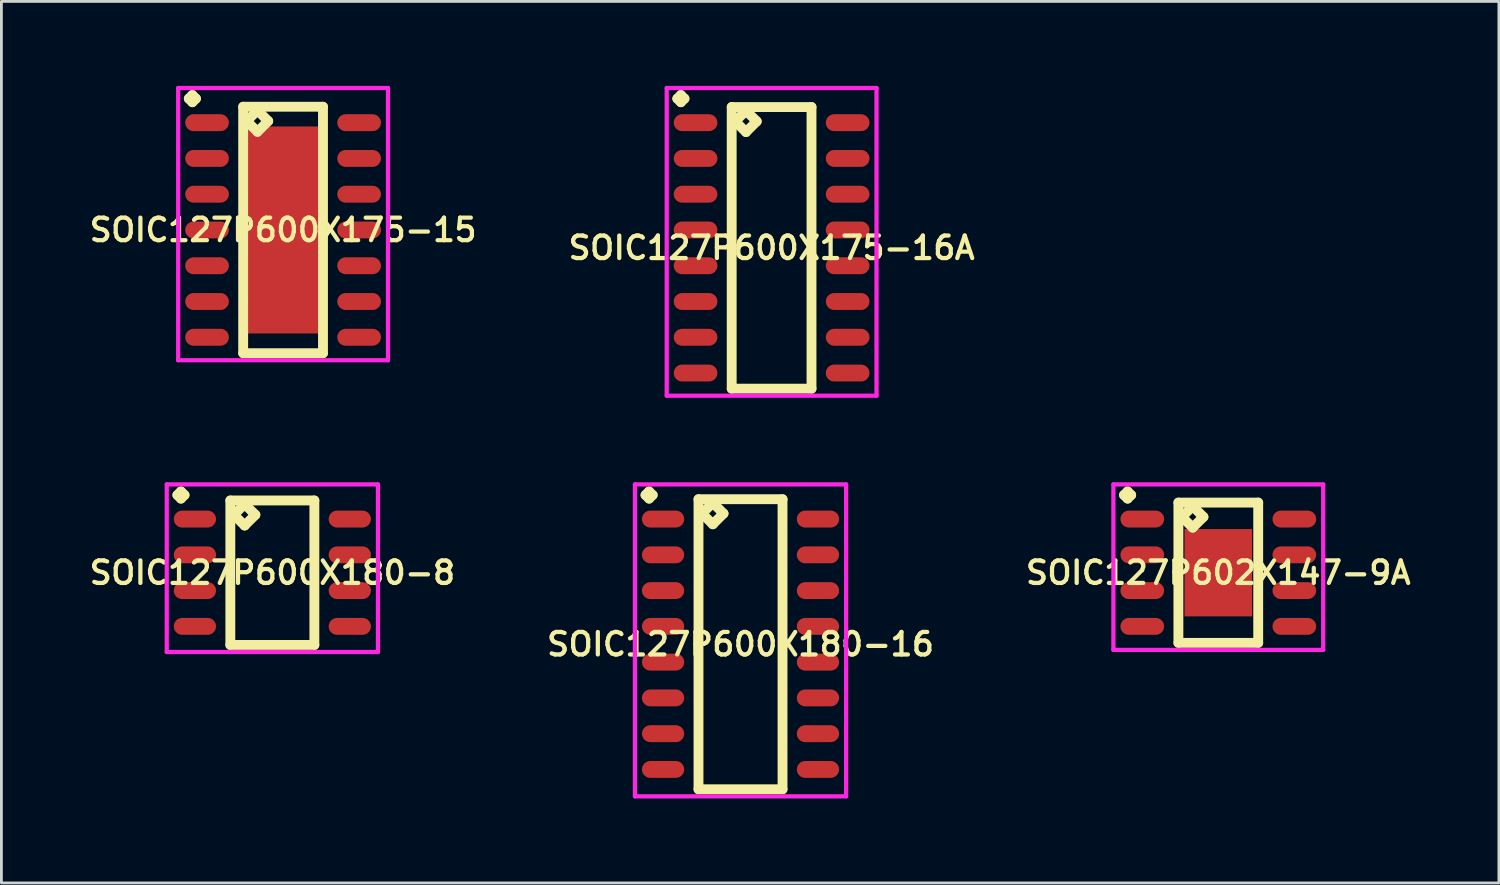
<source format=kicad_pcb>
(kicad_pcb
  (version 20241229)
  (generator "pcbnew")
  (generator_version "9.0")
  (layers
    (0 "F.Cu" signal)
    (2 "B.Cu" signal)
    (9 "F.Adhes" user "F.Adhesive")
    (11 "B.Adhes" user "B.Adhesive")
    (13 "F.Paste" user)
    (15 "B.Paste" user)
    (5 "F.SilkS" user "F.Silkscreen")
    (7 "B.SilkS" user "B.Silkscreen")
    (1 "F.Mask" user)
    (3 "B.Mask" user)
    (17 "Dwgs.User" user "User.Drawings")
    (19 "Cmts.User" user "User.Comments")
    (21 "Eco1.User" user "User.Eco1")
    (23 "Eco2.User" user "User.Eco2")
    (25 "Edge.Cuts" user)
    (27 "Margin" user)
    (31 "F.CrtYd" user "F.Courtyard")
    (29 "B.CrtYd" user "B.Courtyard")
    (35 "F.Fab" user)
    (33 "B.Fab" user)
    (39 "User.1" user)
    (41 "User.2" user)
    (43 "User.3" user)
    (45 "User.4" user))
  (footprint "SOIC127P600X180-16"
    (layer "F.Cu")
    (at 23.245 19.827)
    (property "Reference" "SOIC127P600X180-16" (at 0 0 0) (layer "F.SilkS") (effects (font (size 0.8 0.8) (thickness 0.15))))
    (attr smd)
    (fp_line (start -3.373 -5.299) (end -3.246 -5.426) (stroke (width 0.35) (type solid)) (layer "F.SilkS"))
    (fp_line (start -3.246 -5.426) (end -3.119 -5.299) (stroke (width 0.35) (type solid)) (layer "F.SilkS"))
    (fp_line (start -3.246 -5.172) (end -3.373 -5.299) (stroke (width 0.35) (type solid)) (layer "F.SilkS"))
    (fp_line (start -3.119 -5.299) (end -3.246 -5.172) (stroke (width 0.35) (type solid)) (layer "F.SilkS"))
    (fp_line (start -1.492 -5.15) (end -1.492 5.15) (stroke (width 0.35) (type solid)) (layer "F.SilkS"))
    (fp_line (start -1.492 5.15) (end 1.492 5.15) (stroke (width 0.35) (type solid)) (layer "F.SilkS"))
    (fp_line (start -1.365 -4.642) (end -0.984 -5.023) (stroke (width 0.35) (type solid)) (layer "F.SilkS"))
    (fp_line (start -0.984 -5.023) (end -0.603 -4.642) (stroke (width 0.35) (type solid)) (layer "F.SilkS"))
    (fp_line (start -0.984 -4.261) (end -1.365 -4.642) (stroke (width 0.35) (type solid)) (layer "F.SilkS"))
    (fp_line (start -0.603 -4.642) (end -0.984 -4.261) (stroke (width 0.35) (type solid)) (layer "F.SilkS"))
    (fp_line (start 1.492 -5.15) (end -1.492 -5.15) (stroke (width 0.35) (type solid)) (layer "F.SilkS"))
    (fp_line (start 1.492 5.15) (end 1.492 -5.15) (stroke (width 0.35) (type solid)) (layer "F.SilkS"))
    (fp_line (start -3.75 -5.676) (end 3.75 -5.676) (stroke (width 0.15) (type solid)) (layer "F.CrtYd"))
    (fp_line (start -3.75 5.4) (end -3.75 -5.676) (stroke (width 0.15) (type solid)) (layer "F.CrtYd"))
    (fp_line (start 3.75 -5.676) (end 3.75 5.4) (stroke (width 0.15) (type solid)) (layer "F.CrtYd"))
    (fp_line (start 3.75 5.4) (end -3.75 5.4) (stroke (width 0.15) (type solid)) (layer "F.CrtYd"))
    (pad "1" smd oval (at -2.75 -4.445) (size 1.5 0.6) (layers "F.Cu" "F.Mask" "F.Paste"))
    (pad "2" smd oval (at -2.75 -3.175) (size 1.5 0.6) (layers "F.Cu" "F.Mask" "F.Paste"))
    (pad "3" smd oval (at -2.75 -1.905) (size 1.5 0.6) (layers "F.Cu" "F.Mask" "F.Paste"))
    (pad "4" smd oval (at -2.75 -0.635) (size 1.5 0.6) (layers "F.Cu" "F.Mask" "F.Paste"))
    (pad "5" smd oval (at -2.75 0.635) (size 1.5 0.6) (layers "F.Cu" "F.Mask" "F.Paste"))
    (pad "6" smd oval (at -2.75 1.905) (size 1.5 0.6) (layers "F.Cu" "F.Mask" "F.Paste"))
    (pad "7" smd oval (at -2.75 3.175) (size 1.5 0.6) (layers "F.Cu" "F.Mask" "F.Paste"))
    (pad "8" smd oval (at -2.75 4.445) (size 1.5 0.6) (layers "F.Cu" "F.Mask" "F.Paste"))
    (pad "9" smd oval (at 2.75 4.445) (size 1.5 0.6) (layers "F.Cu" "F.Mask" "F.Paste"))
    (pad "10" smd oval (at 2.75 3.175) (size 1.5 0.6) (layers "F.Cu" "F.Mask" "F.Paste"))
    (pad "11" smd oval (at 2.75 1.905) (size 1.5 0.6) (layers "F.Cu" "F.Mask" "F.Paste"))
    (pad "12" smd oval (at 2.75 0.635) (size 1.5 0.6) (layers "F.Cu" "F.Mask" "F.Paste"))
    (pad "13" smd oval (at 2.75 -0.635) (size 1.5 0.6) (layers "F.Cu" "F.Mask" "F.Paste"))
    (pad "14" smd oval (at 2.75 -1.905) (size 1.5 0.6) (layers "F.Cu" "F.Mask" "F.Paste"))
    (pad "15" smd oval (at 2.75 -3.175) (size 1.5 0.6) (layers "F.Cu" "F.Mask" "F.Paste"))
    (pad "16" smd oval (at 2.75 -4.445) (size 1.5 0.6) (layers "F.Cu" "F.Mask" "F.Paste")))
  (footprint "SOIC127P602X147-9A"
    (layer "F.Cu")
    (at 40.211 17.287)
    (property "Reference" "SOIC127P602X147-9A" (at 0 0 0) (layer "F.SilkS") (effects (font (size 0.8 0.8) (thickness 0.15))))
    (attr smd)
    (fp_line (start -3.348 -2.759) (end -3.221 -2.886) (stroke (width 0.35) (type solid)) (layer "F.SilkS"))
    (fp_line (start -3.221 -2.886) (end -3.094 -2.759) (stroke (width 0.35) (type solid)) (layer "F.SilkS"))
    (fp_line (start -3.221 -2.632) (end -3.348 -2.759) (stroke (width 0.35) (type solid)) (layer "F.SilkS"))
    (fp_line (start -3.094 -2.759) (end -3.221 -2.632) (stroke (width 0.35) (type solid)) (layer "F.SilkS"))
    (fp_line (start -1.417 -2.49) (end -1.417 2.49) (stroke (width 0.35) (type solid)) (layer "F.SilkS"))
    (fp_line (start -1.417 2.49) (end 1.417 2.49) (stroke (width 0.35) (type solid)) (layer "F.SilkS"))
    (fp_line (start -1.29 -1.982) (end -0.909 -2.363) (stroke (width 0.35) (type solid)) (layer "F.SilkS"))
    (fp_line (start -0.909 -2.363) (end -0.528 -1.982) (stroke (width 0.35) (type solid)) (layer "F.SilkS"))
    (fp_line (start -0.909 -1.601) (end -1.29 -1.982) (stroke (width 0.35) (type solid)) (layer "F.SilkS"))
    (fp_line (start -0.528 -1.982) (end -0.909 -1.601) (stroke (width 0.35) (type solid)) (layer "F.SilkS"))
    (fp_line (start 1.417 -2.49) (end -1.417 -2.49) (stroke (width 0.35) (type solid)) (layer "F.SilkS"))
    (fp_line (start 1.417 2.49) (end 1.417 -2.49) (stroke (width 0.35) (type solid)) (layer "F.SilkS"))
    (fp_line (start -3.725 -3.136) (end 3.725 -3.136) (stroke (width 0.15) (type solid)) (layer "F.CrtYd"))
    (fp_line (start -3.725 2.74) (end -3.725 -3.136) (stroke (width 0.15) (type solid)) (layer "F.CrtYd"))
    (fp_line (start 3.725 -3.136) (end 3.725 2.74) (stroke (width 0.15) (type solid)) (layer "F.CrtYd"))
    (fp_line (start 3.725 2.74) (end -3.725 2.74) (stroke (width 0.15) (type solid)) (layer "F.CrtYd"))
    (pad "1" smd oval (at -2.7 -1.905) (size 1.55 0.6) (layers "F.Cu" "F.Mask" "F.Paste"))
    (pad "2" smd oval (at -2.7 -0.635) (size 1.55 0.6) (layers "F.Cu" "F.Mask" "F.Paste"))
    (pad "3" smd oval (at -2.7 0.635) (size 1.55 0.6) (layers "F.Cu" "F.Mask" "F.Paste"))
    (pad "4" smd oval (at -2.7 1.905) (size 1.55 0.6) (layers "F.Cu" "F.Mask" "F.Paste"))
    (pad "5" smd oval (at 2.7 1.905) (size 1.55 0.6) (layers "F.Cu" "F.Mask" "F.Paste"))
    (pad "6" smd oval (at 2.7 0.635) (size 1.55 0.6) (layers "F.Cu" "F.Mask" "F.Paste"))
    (pad "7" smd oval (at 2.7 -0.635) (size 1.55 0.6) (layers "F.Cu" "F.Mask" "F.Paste"))
    (pad "8" smd oval (at 2.7 -1.905) (size 1.55 0.6) (layers "F.Cu" "F.Mask" "F.Paste"))
    (pad "9" smd rect (at 0 0) (size 2.4 3.1) (layers "F.Cu" "F.Mask" "F.Paste")))
  (footprint "SOIC127P600X175-15"
    (layer "F.Cu")
    (at 7.002 5.116)
    (property "Reference" "SOIC127P600X175-15" (at 0 0 0) (layer "F.SilkS") (effects (font (size 0.8 0.8) (thickness 0.15))))
    (attr smd)
    (fp_line (start -3.348 -4.664) (end -3.221 -4.791) (stroke (width 0.35) (type solid)) (layer "F.SilkS"))
    (fp_line (start -3.221 -4.791) (end -3.094 -4.664) (stroke (width 0.35) (type solid)) (layer "F.SilkS"))
    (fp_line (start -3.221 -4.537) (end -3.348 -4.664) (stroke (width 0.35) (type solid)) (layer "F.SilkS"))
    (fp_line (start -3.094 -4.664) (end -3.221 -4.537) (stroke (width 0.35) (type solid)) (layer "F.SilkS"))
    (fp_line (start -1.417 -4.375) (end -1.417 4.375) (stroke (width 0.35) (type solid)) (layer "F.SilkS"))
    (fp_line (start -1.417 4.375) (end 1.417 4.375) (stroke (width 0.35) (type solid)) (layer "F.SilkS"))
    (fp_line (start -1.29 -3.867) (end -0.909 -4.248) (stroke (width 0.35) (type solid)) (layer "F.SilkS"))
    (fp_line (start -0.909 -4.248) (end -0.528 -3.867) (stroke (width 0.35) (type solid)) (layer "F.SilkS"))
    (fp_line (start -0.909 -3.486) (end -1.29 -3.867) (stroke (width 0.35) (type solid)) (layer "F.SilkS"))
    (fp_line (start -0.528 -3.867) (end -0.909 -3.486) (stroke (width 0.35) (type solid)) (layer "F.SilkS"))
    (fp_line (start 1.417 -4.375) (end -1.417 -4.375) (stroke (width 0.35) (type solid)) (layer "F.SilkS"))
    (fp_line (start 1.417 4.375) (end 1.417 -4.375) (stroke (width 0.35) (type solid)) (layer "F.SilkS"))
    (fp_line (start -3.725 -5.041) (end 3.725 -5.041) (stroke (width 0.15) (type solid)) (layer "F.CrtYd"))
    (fp_line (start -3.725 4.625) (end -3.725 -5.041) (stroke (width 0.15) (type solid)) (layer "F.CrtYd"))
    (fp_line (start 3.725 -5.041) (end 3.725 4.625) (stroke (width 0.15) (type solid)) (layer "F.CrtYd"))
    (fp_line (start 3.725 4.625) (end -3.725 4.625) (stroke (width 0.15) (type solid)) (layer "F.CrtYd"))
    (pad "1" smd oval (at -2.7 -3.81) (size 1.55 0.6) (layers "F.Cu" "F.Mask" "F.Paste"))
    (pad "2" smd oval (at -2.7 -2.54) (size 1.55 0.6) (layers "F.Cu" "F.Mask" "F.Paste"))
    (pad "3" smd oval (at -2.7 -1.27) (size 1.55 0.6) (layers "F.Cu" "F.Mask" "F.Paste"))
    (pad "4" smd oval (at -2.7 0) (size 1.55 0.6) (layers "F.Cu" "F.Mask" "F.Paste"))
    (pad "5" smd oval (at -2.7 1.27) (size 1.55 0.6) (layers "F.Cu" "F.Mask" "F.Paste"))
    (pad "6" smd oval (at -2.7 2.54) (size 1.55 0.6) (layers "F.Cu" "F.Mask" "F.Paste"))
    (pad "7" smd oval (at -2.7 3.81) (size 1.55 0.6) (layers "F.Cu" "F.Mask" "F.Paste"))
    (pad "8" smd oval (at 2.7 3.81) (size 1.55 0.6) (layers "F.Cu" "F.Mask" "F.Paste"))
    (pad "9" smd oval (at 2.7 2.54) (size 1.55 0.6) (layers "F.Cu" "F.Mask" "F.Paste"))
    (pad "10" smd oval (at 2.7 1.27) (size 1.55 0.6) (layers "F.Cu" "F.Mask" "F.Paste"))
    (pad "11" smd oval (at 2.7 0) (size 1.55 0.6) (layers "F.Cu" "F.Mask" "F.Paste"))
    (pad "12" smd oval (at 2.7 -1.27) (size 1.55 0.6) (layers "F.Cu" "F.Mask" "F.Paste"))
    (pad "13" smd oval (at 2.7 -2.54) (size 1.55 0.6) (layers "F.Cu" "F.Mask" "F.Paste"))
    (pad "14" smd oval (at 2.7 -3.81) (size 1.55 0.6) (layers "F.Cu" "F.Mask" "F.Paste"))
    (pad "15" smd rect (at 0 0) (size 2.75 7.35) (layers "F.Cu" "F.Mask" "F.Paste")))
  (footprint "SOIC127P600X180-8"
    (layer "F.Cu")
    (at 6.621 17.287)
    (property "Reference" "SOIC127P600X180-8" (at 0 0 0) (layer "F.SilkS") (effects (font (size 0.8 0.8) (thickness 0.15))))
    (attr smd)
    (fp_line (start -3.373 -2.759) (end -3.246 -2.886) (stroke (width 0.35) (type solid)) (layer "F.SilkS"))
    (fp_line (start -3.246 -2.886) (end -3.119 -2.759) (stroke (width 0.35) (type solid)) (layer "F.SilkS"))
    (fp_line (start -3.246 -2.632) (end -3.373 -2.759) (stroke (width 0.35) (type solid)) (layer "F.SilkS"))
    (fp_line (start -3.119 -2.759) (end -3.246 -2.632) (stroke (width 0.35) (type solid)) (layer "F.SilkS"))
    (fp_line (start -1.492 -2.565) (end -1.492 2.565) (stroke (width 0.35) (type solid)) (layer "F.SilkS"))
    (fp_line (start -1.492 2.565) (end 1.492 2.565) (stroke (width 0.35) (type solid)) (layer "F.SilkS"))
    (fp_line (start -1.365 -2.057) (end -0.984 -2.438) (stroke (width 0.35) (type solid)) (layer "F.SilkS"))
    (fp_line (start -0.984 -2.438) (end -0.603 -2.057) (stroke (width 0.35) (type solid)) (layer "F.SilkS"))
    (fp_line (start -0.984 -1.676) (end -1.365 -2.057) (stroke (width 0.35) (type solid)) (layer "F.SilkS"))
    (fp_line (start -0.603 -2.057) (end -0.984 -1.676) (stroke (width 0.35) (type solid)) (layer "F.SilkS"))
    (fp_line (start 1.492 -2.565) (end -1.492 -2.565) (stroke (width 0.35) (type solid)) (layer "F.SilkS"))
    (fp_line (start 1.492 2.565) (end 1.492 -2.565) (stroke (width 0.35) (type solid)) (layer "F.SilkS"))
    (fp_line (start -3.75 -3.136) (end 3.75 -3.136) (stroke (width 0.15) (type solid)) (layer "F.CrtYd"))
    (fp_line (start -3.75 2.815) (end -3.75 -3.136) (stroke (width 0.15) (type solid)) (layer "F.CrtYd"))
    (fp_line (start 3.75 -3.136) (end 3.75 2.815) (stroke (width 0.15) (type solid)) (layer "F.CrtYd"))
    (fp_line (start 3.75 2.815) (end -3.75 2.815) (stroke (width 0.15) (type solid)) (layer "F.CrtYd"))
    (pad "1" smd oval (at -2.75 -1.905) (size 1.5 0.6) (layers "F.Cu" "F.Mask" "F.Paste"))
    (pad "2" smd oval (at -2.75 -0.635) (size 1.5 0.6) (layers "F.Cu" "F.Mask" "F.Paste"))
    (pad "3" smd oval (at -2.75 0.635) (size 1.5 0.6) (layers "F.Cu" "F.Mask" "F.Paste"))
    (pad "4" smd oval (at -2.75 1.905) (size 1.5 0.6) (layers "F.Cu" "F.Mask" "F.Paste"))
    (pad "5" smd oval (at 2.75 1.905) (size 1.5 0.6) (layers "F.Cu" "F.Mask" "F.Paste"))
    (pad "6" smd oval (at 2.75 0.635) (size 1.5 0.6) (layers "F.Cu" "F.Mask" "F.Paste"))
    (pad "7" smd oval (at 2.75 -0.635) (size 1.5 0.6) (layers "F.Cu" "F.Mask" "F.Paste"))
    (pad "8" smd oval (at 2.75 -1.905) (size 1.5 0.6) (layers "F.Cu" "F.Mask" "F.Paste")))
  (footprint "SOIC127P600X175-16A"
    (layer "F.Cu")
    (at 24.349 5.751)
    (property "Reference" "SOIC127P600X175-16A" (at 0 0 0) (layer "F.SilkS") (effects (font (size 0.8 0.8) (thickness 0.15))))
    (attr smd)
    (fp_line (start -3.348 -5.299) (end -3.221 -5.426) (stroke (width 0.35) (type solid)) (layer "F.SilkS"))
    (fp_line (start -3.221 -5.426) (end -3.094 -5.299) (stroke (width 0.35) (type solid)) (layer "F.SilkS"))
    (fp_line (start -3.221 -5.172) (end -3.348 -5.299) (stroke (width 0.35) (type solid)) (layer "F.SilkS"))
    (fp_line (start -3.094 -5.299) (end -3.221 -5.172) (stroke (width 0.35) (type solid)) (layer "F.SilkS"))
    (fp_line (start -1.417 -5) (end -1.417 5) (stroke (width 0.35) (type solid)) (layer "F.SilkS"))
    (fp_line (start -1.417 5) (end 1.417 5) (stroke (width 0.35) (type solid)) (layer "F.SilkS"))
    (fp_line (start -1.29 -4.492) (end -0.909 -4.873) (stroke (width 0.35) (type solid)) (layer "F.SilkS"))
    (fp_line (start -0.909 -4.873) (end -0.528 -4.492) (stroke (width 0.35) (type solid)) (layer "F.SilkS"))
    (fp_line (start -0.909 -4.111) (end -1.29 -4.492) (stroke (width 0.35) (type solid)) (layer "F.SilkS"))
    (fp_line (start -0.528 -4.492) (end -0.909 -4.111) (stroke (width 0.35) (type solid)) (layer "F.SilkS"))
    (fp_line (start 1.417 -5) (end -1.417 -5) (stroke (width 0.35) (type solid)) (layer "F.SilkS"))
    (fp_line (start 1.417 5) (end 1.417 -5) (stroke (width 0.35) (type solid)) (layer "F.SilkS"))
    (fp_line (start -3.725 -5.676) (end 3.725 -5.676) (stroke (width 0.15) (type solid)) (layer "F.CrtYd"))
    (fp_line (start -3.725 5.25) (end -3.725 -5.676) (stroke (width 0.15) (type solid)) (layer "F.CrtYd"))
    (fp_line (start 3.725 -5.676) (end 3.725 5.25) (stroke (width 0.15) (type solid)) (layer "F.CrtYd"))
    (fp_line (start 3.725 5.25) (end -3.725 5.25) (stroke (width 0.15) (type solid)) (layer "F.CrtYd"))
    (pad "1" smd oval (at -2.7 -4.445) (size 1.55 0.6) (layers "F.Cu" "F.Mask" "F.Paste"))
    (pad "2" smd oval (at -2.7 -3.175) (size 1.55 0.6) (layers "F.Cu" "F.Mask" "F.Paste"))
    (pad "3" smd oval (at -2.7 -1.905) (size 1.55 0.6) (layers "F.Cu" "F.Mask" "F.Paste"))
    (pad "4" smd oval (at -2.7 -0.635) (size 1.55 0.6) (layers "F.Cu" "F.Mask" "F.Paste"))
    (pad "5" smd oval (at -2.7 0.635) (size 1.55 0.6) (layers "F.Cu" "F.Mask" "F.Paste"))
    (pad "6" smd oval (at -2.7 1.905) (size 1.55 0.6) (layers "F.Cu" "F.Mask" "F.Paste"))
    (pad "7" smd oval (at -2.7 3.175) (size 1.55 0.6) (layers "F.Cu" "F.Mask" "F.Paste"))
    (pad "8" smd oval (at -2.7 4.445) (size 1.55 0.6) (layers "F.Cu" "F.Mask" "F.Paste"))
    (pad "9" smd oval (at 2.7 4.445) (size 1.55 0.6) (layers "F.Cu" "F.Mask" "F.Paste"))
    (pad "10" smd oval (at 2.7 3.175) (size 1.55 0.6) (layers "F.Cu" "F.Mask" "F.Paste"))
    (pad "11" smd oval (at 2.7 1.905) (size 1.55 0.6) (layers "F.Cu" "F.Mask" "F.Paste"))
    (pad "12" smd oval (at 2.7 0.635) (size 1.55 0.6) (layers "F.Cu" "F.Mask" "F.Paste"))
    (pad "13" smd oval (at 2.7 -0.635) (size 1.55 0.6) (layers "F.Cu" "F.Mask" "F.Paste"))
    (pad "14" smd oval (at 2.7 -1.905) (size 1.55 0.6) (layers "F.Cu" "F.Mask" "F.Paste"))
    (pad "15" smd oval (at 2.7 -3.175) (size 1.55 0.6) (layers "F.Cu" "F.Mask" "F.Paste"))
    (pad "16" smd oval (at 2.7 -4.445) (size 1.55 0.6) (layers "F.Cu" "F.Mask" "F.Paste")))
  (gr_rect
    (start -3 -3)
    (end 50.175 28.302)
    (stroke (width 0.1) (type default))
    (fill no)
    (layer "Edge.Cuts")))
</source>
